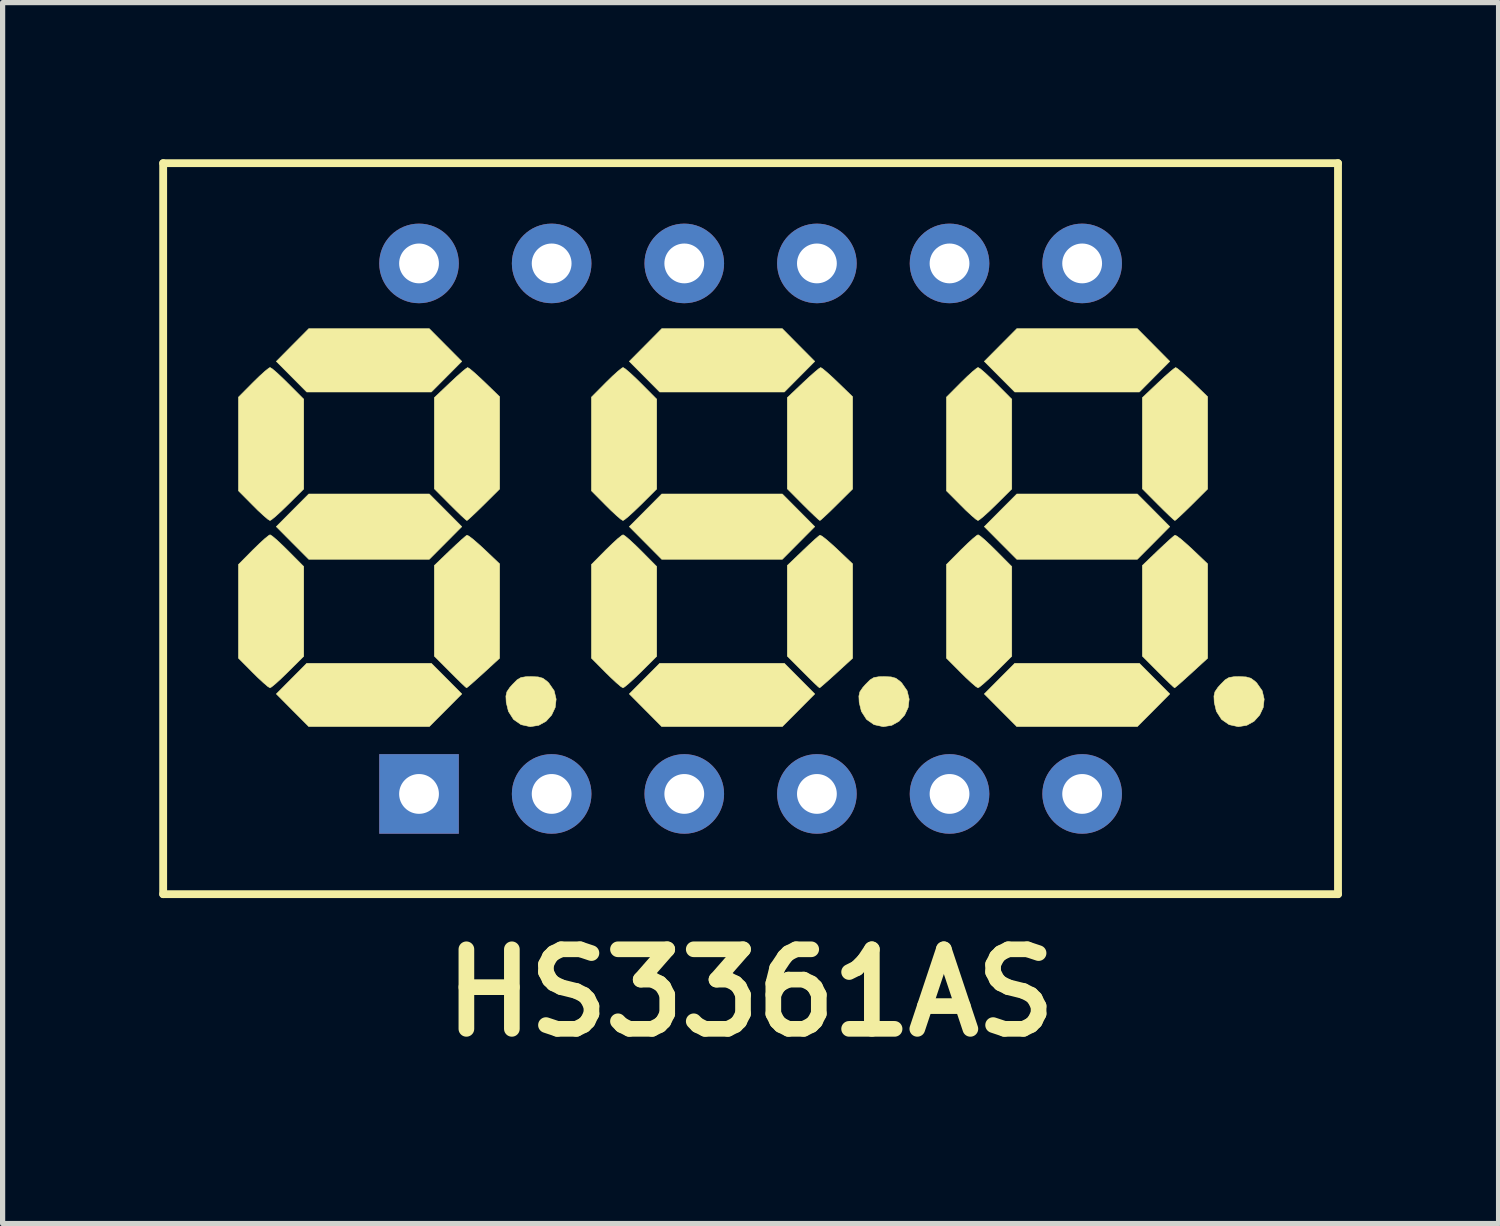
<source format=kicad_pcb>
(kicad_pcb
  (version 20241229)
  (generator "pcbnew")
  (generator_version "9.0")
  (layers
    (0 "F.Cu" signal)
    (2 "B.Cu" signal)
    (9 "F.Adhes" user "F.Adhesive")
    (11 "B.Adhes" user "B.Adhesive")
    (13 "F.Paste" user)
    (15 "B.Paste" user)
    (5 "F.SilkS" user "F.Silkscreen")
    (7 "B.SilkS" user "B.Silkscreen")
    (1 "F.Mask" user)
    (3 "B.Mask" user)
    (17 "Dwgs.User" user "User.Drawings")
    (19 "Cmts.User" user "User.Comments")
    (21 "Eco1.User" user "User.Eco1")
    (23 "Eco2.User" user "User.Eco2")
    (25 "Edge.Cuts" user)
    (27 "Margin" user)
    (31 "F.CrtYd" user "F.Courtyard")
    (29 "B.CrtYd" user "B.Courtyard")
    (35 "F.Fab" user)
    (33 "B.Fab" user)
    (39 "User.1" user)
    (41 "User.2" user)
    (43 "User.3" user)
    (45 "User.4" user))
  (footprint "HS3361AS"
    (layer "F.Cu")
    (at 11.325 7.075)
    (property "Reference" "HS3361AS" (at 0 8.89 0) (layer "F.SilkS") (effects (font (size 1.524 1.524) (thickness 0.3))))
    (attr through_hole)
    (fp_line (start -11.25 -7) (end -11.25 7) (stroke (width 0.15) (type solid)) (layer "F.SilkS"))
    (fp_line (start -11.25 -7) (end 11.25 -7) (stroke (width 0.15) (type solid)) (layer "F.SilkS"))
    (fp_line (start -11.25 7) (end 11.25 7) (stroke (width 0.15) (type solid)) (layer "F.SilkS"))
    (fp_line (start 11.25 -7) (end 11.25 7) (stroke (width 0.15) (type solid)) (layer "F.SilkS"))
    (fp_poly (pts (xy -5.842 -3.517) (xy -5.531 -3.204) (xy -5.822 -2.911) (xy -6.114 -2.618) (xy -8.501 -2.618) (xy -8.792 -2.911) (xy -9.083 -3.204) (xy -8.773 -3.517) (xy -8.462 -3.83) (xy -6.153 -3.83) (xy -5.842 -3.517)) (stroke (width 0.01) (type solid)) (fill yes) (layer "F.SilkS"))
    (fp_poly (pts (xy -5.842 -0.352) (xy -5.531 -0.039) (xy -5.842 0.274) (xy -6.153 0.586) (xy -8.462 0.586) (xy -8.773 0.274) (xy -9.084 -0.039) (xy -8.773 -0.352) (xy -8.462 -0.664) (xy -6.153 -0.664) (xy -5.842 -0.352)) (stroke (width 0.01) (type solid)) (fill yes) (layer "F.SilkS"))
    (fp_poly (pts (xy -5.822 2.872) (xy -5.531 3.165) (xy -5.842 3.478) (xy -6.153 3.79) (xy -8.462 3.79) (xy -8.773 3.478) (xy -9.083 3.165) (xy -8.792 2.872) (xy -8.501 2.579) (xy -6.114 2.579) (xy -5.822 2.872)) (stroke (width 0.01) (type solid)) (fill yes) (layer "F.SilkS"))
    (fp_poly (pts (xy 0.918 -3.517) (xy 1.229 -3.204) (xy 0.938 -2.911) (xy 0.647 -2.618) (xy -1.741 -2.618) (xy -2.032 -2.911) (xy -2.323 -3.204) (xy -2.012 -3.517) (xy -1.702 -3.83) (xy 0.608 -3.83) (xy 0.918 -3.517)) (stroke (width 0.01) (type solid)) (fill yes) (layer "F.SilkS"))
    (fp_poly (pts (xy 0.918 -0.352) (xy 1.229 -0.039) (xy 0.918 0.274) (xy 0.608 0.586) (xy -1.702 0.586) (xy -2.012 0.274) (xy -2.323 -0.039) (xy -2.012 -0.352) (xy -1.702 -0.664) (xy 0.608 -0.664) (xy 0.918 -0.352)) (stroke (width 0.01) (type solid)) (fill yes) (layer "F.SilkS"))
    (fp_poly (pts (xy 0.938 2.872) (xy 1.229 3.165) (xy 0.918 3.478) (xy 0.608 3.79) (xy -1.702 3.79) (xy -2.012 3.478) (xy -2.323 3.165) (xy -2.032 2.872) (xy -1.741 2.579) (xy 0.647 2.579) (xy 0.938 2.872)) (stroke (width 0.01) (type solid)) (fill yes) (layer "F.SilkS"))
    (fp_poly (pts (xy 7.718 -3.517) (xy 8.028 -3.204) (xy 7.737 -2.911) (xy 7.446 -2.618) (xy 5.059 -2.618) (xy 4.767 -2.911) (xy 4.476 -3.204) (xy 4.787 -3.517) (xy 5.098 -3.83) (xy 7.407 -3.83) (xy 7.718 -3.517)) (stroke (width 0.01) (type solid)) (fill yes) (layer "F.SilkS"))
    (fp_poly (pts (xy 7.718 -0.352) (xy 8.028 -0.039) (xy 7.718 0.274) (xy 7.407 0.586) (xy 5.098 0.586) (xy 4.787 0.274) (xy 4.476 -0.039) (xy 4.787 -0.352) (xy 5.098 -0.664) (xy 7.407 -0.664) (xy 7.718 -0.352)) (stroke (width 0.01) (type solid)) (fill yes) (layer "F.SilkS"))
    (fp_poly (pts (xy 7.737 2.872) (xy 8.028 3.165) (xy 7.718 3.478) (xy 7.407 3.79) (xy 5.098 3.79) (xy 4.787 3.478) (xy 4.476 3.165) (xy 4.767 2.872) (xy 5.059 2.579) (xy 7.446 2.579) (xy 7.737 2.872)) (stroke (width 0.01) (type solid)) (fill yes) (layer "F.SilkS"))
    (fp_poly (pts (xy -9.16 -3.061) (xy -9.076 -2.99) (xy -8.964 -2.885) (xy -8.86 -2.783) (xy -8.558 -2.48) (xy -8.558 -0.76) (xy -8.862 -0.458) (xy -8.988 -0.336) (xy -9.096 -0.237) (xy -9.173 -0.174) (xy -9.204 -0.156) (xy -9.247 -0.182) (xy -9.33 -0.253) (xy -9.441 -0.356) (xy -9.526 -0.441) (xy -9.808 -0.725) (xy -9.808 -2.519) (xy -9.526 -2.803) (xy -9.404 -2.922) (xy -9.3 -3.016) (xy -9.227 -3.074) (xy -9.203 -3.087) (xy -9.16 -3.061)) (stroke (width 0.01) (type solid)) (fill yes) (layer "F.SilkS"))
    (fp_poly (pts (xy -9.16 0.143) (xy -9.076 0.214) (xy -8.964 0.319) (xy -8.86 0.421) (xy -8.558 0.725) (xy -8.558 2.444) (xy -8.862 2.746) (xy -8.988 2.868) (xy -9.096 2.967) (xy -9.173 3.03) (xy -9.204 3.048) (xy -9.247 3.022) (xy -9.33 2.951) (xy -9.441 2.848) (xy -9.526 2.764) (xy -9.808 2.48) (xy -9.808 0.686) (xy -9.526 0.401) (xy -9.404 0.283) (xy -9.3 0.188) (xy -9.227 0.13) (xy -9.203 0.117) (xy -9.16 0.143)) (stroke (width 0.01) (type solid)) (fill yes) (layer "F.SilkS"))
    (fp_poly (pts (xy -5.377 -3.061) (xy -5.295 -2.992) (xy -5.184 -2.891) (xy -5.095 -2.807) (xy -4.806 -2.527) (xy -4.806 -0.76) (xy -5.11 -0.458) (xy -5.235 -0.336) (xy -5.338 -0.238) (xy -5.409 -0.174) (xy -5.433 -0.156) (xy -5.467 -0.182) (xy -5.544 -0.253) (xy -5.651 -0.357) (xy -5.755 -0.46) (xy -6.057 -0.764) (xy -6.057 -2.509) (xy -5.754 -2.797) (xy -5.627 -2.915) (xy -5.52 -3.01) (xy -5.445 -3.07) (xy -5.418 -3.086) (xy -5.377 -3.061)) (stroke (width 0.01) (type solid)) (fill yes) (layer "F.SilkS"))
    (fp_poly (pts (xy -2.4 -3.061) (xy -2.316 -2.99) (xy -2.203 -2.885) (xy -2.099 -2.783) (xy -1.798 -2.48) (xy -1.798 -0.76) (xy -2.101 -0.458) (xy -2.228 -0.336) (xy -2.336 -0.237) (xy -2.413 -0.174) (xy -2.444 -0.156) (xy -2.487 -0.182) (xy -2.57 -0.253) (xy -2.68 -0.356) (xy -2.766 -0.441) (xy -3.048 -0.725) (xy -3.048 -2.519) (xy -2.766 -2.803) (xy -2.644 -2.922) (xy -2.54 -3.016) (xy -2.467 -3.074) (xy -2.442 -3.087) (xy -2.4 -3.061)) (stroke (width 0.01) (type solid)) (fill yes) (layer "F.SilkS"))
    (fp_poly (pts (xy -2.4 0.143) (xy -2.316 0.214) (xy -2.203 0.319) (xy -2.099 0.421) (xy -1.798 0.725) (xy -1.798 2.444) (xy -2.101 2.746) (xy -2.228 2.868) (xy -2.336 2.967) (xy -2.413 3.03) (xy -2.444 3.048) (xy -2.487 3.022) (xy -2.57 2.951) (xy -2.68 2.848) (xy -2.766 2.764) (xy -3.048 2.48) (xy -3.048 0.686) (xy -2.766 0.401) (xy -2.644 0.283) (xy -2.54 0.188) (xy -2.467 0.13) (xy -2.442 0.117) (xy -2.4 0.143)) (stroke (width 0.01) (type solid)) (fill yes) (layer "F.SilkS"))
    (fp_poly (pts (xy 1.383 -3.061) (xy 1.465 -2.992) (xy 1.577 -2.891) (xy 1.665 -2.807) (xy 1.954 -2.527) (xy 1.954 -0.76) (xy 1.65 -0.458) (xy 1.526 -0.336) (xy 1.422 -0.238) (xy 1.352 -0.174) (xy 1.327 -0.156) (xy 1.293 -0.182) (xy 1.217 -0.253) (xy 1.109 -0.357) (xy 1.005 -0.46) (xy 0.703 -0.764) (xy 0.703 -2.509) (xy 1.006 -2.797) (xy 1.133 -2.915) (xy 1.241 -3.01) (xy 1.315 -3.07) (xy 1.343 -3.086) (xy 1.383 -3.061)) (stroke (width 0.01) (type solid)) (fill yes) (layer "F.SilkS"))
    (fp_poly (pts (xy 4.4 -3.061) (xy 4.484 -2.99) (xy 4.596 -2.885) (xy 4.7 -2.783) (xy 5.002 -2.48) (xy 5.002 -0.76) (xy 4.698 -0.458) (xy 4.572 -0.336) (xy 4.463 -0.237) (xy 4.386 -0.174) (xy 4.355 -0.156) (xy 4.313 -0.182) (xy 4.23 -0.253) (xy 4.119 -0.356) (xy 4.034 -0.441) (xy 3.751 -0.725) (xy 3.751 -2.519) (xy 4.034 -2.803) (xy 4.156 -2.922) (xy 4.26 -3.016) (xy 4.332 -3.074) (xy 4.357 -3.087) (xy 4.4 -3.061)) (stroke (width 0.01) (type solid)) (fill yes) (layer "F.SilkS"))
    (fp_poly (pts (xy 4.4 0.143) (xy 4.484 0.214) (xy 4.596 0.319) (xy 4.7 0.421) (xy 5.002 0.725) (xy 5.002 2.444) (xy 4.698 2.746) (xy 4.572 2.868) (xy 4.463 2.967) (xy 4.386 3.03) (xy 4.355 3.048) (xy 4.313 3.022) (xy 4.23 2.951) (xy 4.119 2.848) (xy 4.034 2.764) (xy 3.751 2.48) (xy 3.751 0.686) (xy 4.034 0.401) (xy 4.156 0.283) (xy 4.26 0.188) (xy 4.332 0.13) (xy 4.357 0.117) (xy 4.4 0.143)) (stroke (width 0.01) (type solid)) (fill yes) (layer "F.SilkS"))
    (fp_poly (pts (xy 8.182 -3.061) (xy 8.265 -2.992) (xy 8.376 -2.891) (xy 8.464 -2.807) (xy 8.753 -2.527) (xy 8.753 -0.76) (xy 8.45 -0.458) (xy 8.325 -0.336) (xy 8.222 -0.238) (xy 8.151 -0.174) (xy 8.126 -0.156) (xy 8.092 -0.182) (xy 8.016 -0.253) (xy 7.909 -0.357) (xy 7.805 -0.46) (xy 7.503 -0.764) (xy 7.503 -2.509) (xy 7.806 -2.797) (xy 7.933 -2.915) (xy 8.04 -3.01) (xy 8.115 -3.07) (xy 8.142 -3.086) (xy 8.182 -3.061)) (stroke (width 0.01) (type solid)) (fill yes) (layer "F.SilkS"))
    (fp_poly (pts (xy -5.391 0.145) (xy -5.308 0.209) (xy -5.196 0.307) (xy -5.102 0.393) (xy -4.806 0.674) (xy -4.806 1.578) (xy -4.807 2.481) (xy -5.116 2.765) (xy -5.244 2.88) (xy -5.348 2.973) (xy -5.418 3.032) (xy -5.44 3.048) (xy -5.471 3.022) (xy -5.545 2.952) (xy -5.651 2.848) (xy -5.755 2.744) (xy -6.057 2.441) (xy -6.057 0.705) (xy -5.761 0.421) (xy -5.635 0.302) (xy -5.529 0.205) (xy -5.456 0.142) (xy -5.431 0.125) (xy -5.391 0.145)) (stroke (width 0.01) (type solid)) (fill yes) (layer "F.SilkS"))
    (fp_poly (pts (xy -4.069 2.839) (xy -3.979 2.864) (xy -3.901 2.921) (xy -3.866 2.954) (xy -3.762 3.104) (xy -3.724 3.265) (xy -3.742 3.424) (xy -3.81 3.569) (xy -3.917 3.688) (xy -4.057 3.766) (xy -4.22 3.792) (xy -4.396 3.753) (xy -4.54 3.653) (xy -4.638 3.499) (xy -4.68 3.327) (xy -4.686 3.207) (xy -4.667 3.124) (xy -4.611 3.041) (xy -4.56 2.984) (xy -4.473 2.896) (xy -4.398 2.851) (xy -4.302 2.835) (xy -4.205 2.833) (xy -4.069 2.839)) (stroke (width 0.01) (type solid)) (fill yes) (layer "F.SilkS"))
    (fp_poly (pts (xy 1.37 0.145) (xy 1.452 0.209) (xy 1.564 0.307) (xy 1.658 0.393) (xy 1.954 0.674) (xy 1.954 1.578) (xy 1.954 2.481) (xy 1.644 2.765) (xy 1.517 2.88) (xy 1.412 2.973) (xy 1.343 3.032) (xy 1.321 3.048) (xy 1.289 3.022) (xy 1.215 2.952) (xy 1.109 2.848) (xy 1.005 2.744) (xy 0.703 2.441) (xy 0.703 0.705) (xy 1 0.421) (xy 1.125 0.302) (xy 1.231 0.205) (xy 1.304 0.142) (xy 1.329 0.125) (xy 1.37 0.145)) (stroke (width 0.01) (type solid)) (fill yes) (layer "F.SilkS"))
    (fp_poly (pts (xy 2.691 2.839) (xy 2.781 2.864) (xy 2.859 2.921) (xy 2.894 2.954) (xy 2.998 3.104) (xy 3.037 3.265) (xy 3.018 3.424) (xy 2.951 3.569) (xy 2.843 3.688) (xy 2.704 3.766) (xy 2.541 3.792) (xy 2.364 3.753) (xy 2.221 3.653) (xy 2.122 3.499) (xy 2.08 3.327) (xy 2.074 3.207) (xy 2.093 3.124) (xy 2.15 3.041) (xy 2.2 2.984) (xy 2.288 2.896) (xy 2.362 2.851) (xy 2.459 2.835) (xy 2.556 2.833) (xy 2.691 2.839)) (stroke (width 0.01) (type solid)) (fill yes) (layer "F.SilkS"))
    (fp_poly (pts (xy 8.169 0.145) (xy 8.252 0.209) (xy 8.364 0.307) (xy 8.458 0.393) (xy 8.753 0.674) (xy 8.753 1.578) (xy 8.753 2.481) (xy 8.443 2.765) (xy 8.316 2.88) (xy 8.212 2.973) (xy 8.142 3.032) (xy 8.12 3.048) (xy 8.089 3.022) (xy 8.015 2.952) (xy 7.909 2.848) (xy 7.805 2.744) (xy 7.503 2.441) (xy 7.503 0.705) (xy 7.799 0.421) (xy 7.925 0.302) (xy 8.031 0.205) (xy 8.104 0.142) (xy 8.129 0.125) (xy 8.169 0.145)) (stroke (width 0.01) (type solid)) (fill yes) (layer "F.SilkS"))
    (fp_poly (pts (xy 9.49 2.839) (xy 9.58 2.864) (xy 9.658 2.921) (xy 9.693 2.954) (xy 9.798 3.104) (xy 9.836 3.265) (xy 9.818 3.424) (xy 9.75 3.569) (xy 9.643 3.688) (xy 9.503 3.766) (xy 9.34 3.792) (xy 9.164 3.753) (xy 9.02 3.653) (xy 8.921 3.499) (xy 8.88 3.327) (xy 8.874 3.207) (xy 8.893 3.124) (xy 8.949 3.041) (xy 9 2.984) (xy 9.087 2.896) (xy 9.162 2.851) (xy 9.258 2.835) (xy 9.355 2.833) (xy 9.49 2.839)) (stroke (width 0.01) (type solid)) (fill yes) (layer "F.SilkS"))
    (pad "1" thru_hole rect (at -6.35 5.08) (size 1.524 1.524) (drill 0.762) (layers "*.Cu" "*.Mask"))
    (pad "2" thru_hole circle (at -3.81 5.08) (size 1.524 1.524) (drill 0.762) (layers "*.Cu" "*.Mask"))
    (pad "3" thru_hole circle (at -1.27 5.08) (size 1.524 1.524) (drill 0.762) (layers "*.Cu" "*.Mask"))
    (pad "4" thru_hole circle (at 1.27 5.08) (size 1.524 1.524) (drill 0.762) (layers "*.Cu" "*.Mask"))
    (pad "5" thru_hole circle (at 3.81 5.08) (size 1.524 1.524) (drill 0.762) (layers "*.Cu" "*.Mask"))
    (pad "6" thru_hole circle (at 6.35 5.08) (size 1.524 1.524) (drill 0.762) (layers "*.Cu" "*.Mask"))
    (pad "7" thru_hole circle (at 6.35 -5.08) (size 1.524 1.524) (drill 0.762) (layers "*.Cu" "*.Mask"))
    (pad "8" thru_hole circle (at 3.81 -5.08) (size 1.524 1.524) (drill 0.762) (layers "*.Cu" "*.Mask"))
    (pad "9" thru_hole circle (at 1.27 -5.08) (size 1.524 1.524) (drill 0.762) (layers "*.Cu" "*.Mask"))
    (pad "10" thru_hole circle (at -1.27 -5.08) (size 1.524 1.524) (drill 0.762) (layers "*.Cu" "*.Mask"))
    (pad "11" thru_hole circle (at -3.81 -5.08) (size 1.524 1.524) (drill 0.762) (layers "*.Cu" "*.Mask"))
    (pad "12" thru_hole circle (at -6.35 -5.08) (size 1.524 1.524) (drill 0.762) (layers "*.Cu" "*.Mask")))
  (gr_rect
    (start -3 -3)
    (end 25.65 20.383)
    (stroke (width 0.1) (type default))
    (fill no)
    (layer "Edge.Cuts")))
</source>
